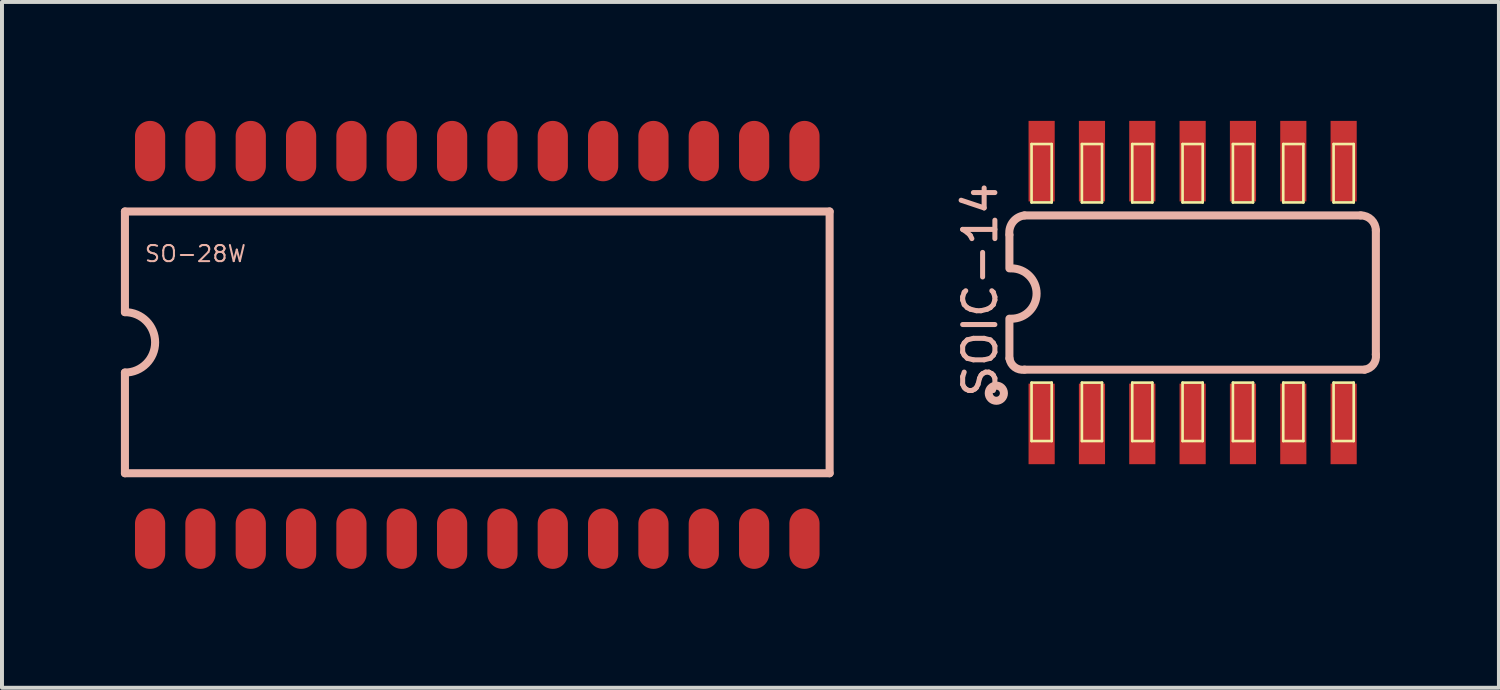
<source format=kicad_pcb>
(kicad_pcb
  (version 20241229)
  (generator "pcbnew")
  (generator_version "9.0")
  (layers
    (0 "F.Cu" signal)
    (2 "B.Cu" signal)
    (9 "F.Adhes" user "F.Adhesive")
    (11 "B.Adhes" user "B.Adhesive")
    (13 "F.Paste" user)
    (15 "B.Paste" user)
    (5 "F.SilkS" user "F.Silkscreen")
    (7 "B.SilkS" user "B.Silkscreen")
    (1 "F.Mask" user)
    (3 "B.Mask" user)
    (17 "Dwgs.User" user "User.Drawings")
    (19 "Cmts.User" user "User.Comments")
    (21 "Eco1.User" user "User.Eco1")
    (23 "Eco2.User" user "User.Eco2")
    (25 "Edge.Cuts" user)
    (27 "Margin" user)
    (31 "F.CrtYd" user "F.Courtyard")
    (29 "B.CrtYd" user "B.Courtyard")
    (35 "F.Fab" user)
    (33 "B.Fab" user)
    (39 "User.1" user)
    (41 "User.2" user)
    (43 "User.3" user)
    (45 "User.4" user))
  (footprint "SOIC-14"
    (layer "F.Cu")
    (at 27.676 4.331)
    (property "Reference" "SOIC-14" (at -5.994 -0.064 90) (layer "B.SilkS") (effects (font (size 0.813 0.813) (thickness 0.127))))
    (attr smd)
    (fp_line (start -4.699 -3.747) (end -4.191 -3.747) (stroke (width 0.066) (type solid)) (layer "F.SilkS"))
    (fp_line (start -4.699 -2.273) (end -4.699 -3.747) (stroke (width 0.066) (type solid)) (layer "F.SilkS"))
    (fp_line (start -4.699 -2.273) (end -4.191 -2.273) (stroke (width 0.066) (type solid)) (layer "F.SilkS"))
    (fp_line (start -4.699 2.273) (end -4.191 2.273) (stroke (width 0.066) (type solid)) (layer "F.SilkS"))
    (fp_line (start -4.699 3.747) (end -4.699 2.273) (stroke (width 0.066) (type solid)) (layer "F.SilkS"))
    (fp_line (start -4.699 3.747) (end -4.191 3.747) (stroke (width 0.066) (type solid)) (layer "F.SilkS"))
    (fp_line (start -4.191 -2.273) (end -4.191 -3.747) (stroke (width 0.066) (type solid)) (layer "F.SilkS"))
    (fp_line (start -4.191 3.747) (end -4.191 2.273) (stroke (width 0.066) (type solid)) (layer "F.SilkS"))
    (fp_line (start -3.429 -3.747) (end -2.921 -3.747) (stroke (width 0.066) (type solid)) (layer "F.SilkS"))
    (fp_line (start -3.429 -2.273) (end -3.429 -3.747) (stroke (width 0.066) (type solid)) (layer "F.SilkS"))
    (fp_line (start -3.429 -2.273) (end -2.921 -2.273) (stroke (width 0.066) (type solid)) (layer "F.SilkS"))
    (fp_line (start -3.429 2.273) (end -2.921 2.273) (stroke (width 0.066) (type solid)) (layer "F.SilkS"))
    (fp_line (start -3.429 3.747) (end -3.429 2.273) (stroke (width 0.066) (type solid)) (layer "F.SilkS"))
    (fp_line (start -3.429 3.747) (end -2.921 3.747) (stroke (width 0.066) (type solid)) (layer "F.SilkS"))
    (fp_line (start -2.921 -2.273) (end -2.921 -3.747) (stroke (width 0.066) (type solid)) (layer "F.SilkS"))
    (fp_line (start -2.921 3.747) (end -2.921 2.273) (stroke (width 0.066) (type solid)) (layer "F.SilkS"))
    (fp_line (start -2.159 -3.747) (end -1.651 -3.747) (stroke (width 0.066) (type solid)) (layer "F.SilkS"))
    (fp_line (start -2.159 -2.273) (end -2.159 -3.747) (stroke (width 0.066) (type solid)) (layer "F.SilkS"))
    (fp_line (start -2.159 -2.273) (end -1.651 -2.273) (stroke (width 0.066) (type solid)) (layer "F.SilkS"))
    (fp_line (start -2.159 2.273) (end -1.651 2.273) (stroke (width 0.066) (type solid)) (layer "F.SilkS"))
    (fp_line (start -2.159 3.747) (end -2.159 2.273) (stroke (width 0.066) (type solid)) (layer "F.SilkS"))
    (fp_line (start -2.159 3.747) (end -1.651 3.747) (stroke (width 0.066) (type solid)) (layer "F.SilkS"))
    (fp_line (start -1.651 -2.273) (end -1.651 -3.747) (stroke (width 0.066) (type solid)) (layer "F.SilkS"))
    (fp_line (start -1.651 3.747) (end -1.651 2.273) (stroke (width 0.066) (type solid)) (layer "F.SilkS"))
    (fp_line (start -0.889 -3.747) (end -0.381 -3.747) (stroke (width 0.066) (type solid)) (layer "F.SilkS"))
    (fp_line (start -0.889 -2.273) (end -0.889 -3.747) (stroke (width 0.066) (type solid)) (layer "F.SilkS"))
    (fp_line (start -0.889 -2.273) (end -0.381 -2.273) (stroke (width 0.066) (type solid)) (layer "F.SilkS"))
    (fp_line (start -0.889 2.273) (end -0.381 2.273) (stroke (width 0.066) (type solid)) (layer "F.SilkS"))
    (fp_line (start -0.889 3.747) (end -0.889 2.273) (stroke (width 0.066) (type solid)) (layer "F.SilkS"))
    (fp_line (start -0.889 3.747) (end -0.381 3.747) (stroke (width 0.066) (type solid)) (layer "F.SilkS"))
    (fp_line (start -0.381 -2.273) (end -0.381 -3.747) (stroke (width 0.066) (type solid)) (layer "F.SilkS"))
    (fp_line (start -0.381 3.747) (end -0.381 2.273) (stroke (width 0.066) (type solid)) (layer "F.SilkS"))
    (fp_line (start 0.381 -3.747) (end 0.889 -3.747) (stroke (width 0.066) (type solid)) (layer "F.SilkS"))
    (fp_line (start 0.381 -2.273) (end 0.381 -3.747) (stroke (width 0.066) (type solid)) (layer "F.SilkS"))
    (fp_line (start 0.381 -2.273) (end 0.889 -2.273) (stroke (width 0.066) (type solid)) (layer "F.SilkS"))
    (fp_line (start 0.381 2.273) (end 0.889 2.273) (stroke (width 0.066) (type solid)) (layer "F.SilkS"))
    (fp_line (start 0.381 3.747) (end 0.381 2.273) (stroke (width 0.066) (type solid)) (layer "F.SilkS"))
    (fp_line (start 0.381 3.747) (end 0.889 3.747) (stroke (width 0.066) (type solid)) (layer "F.SilkS"))
    (fp_line (start 0.889 -2.273) (end 0.889 -3.747) (stroke (width 0.066) (type solid)) (layer "F.SilkS"))
    (fp_line (start 0.889 3.747) (end 0.889 2.273) (stroke (width 0.066) (type solid)) (layer "F.SilkS"))
    (fp_line (start 1.651 -3.747) (end 2.159 -3.747) (stroke (width 0.066) (type solid)) (layer "F.SilkS"))
    (fp_line (start 1.651 -2.273) (end 1.651 -3.747) (stroke (width 0.066) (type solid)) (layer "F.SilkS"))
    (fp_line (start 1.651 -2.273) (end 2.159 -2.273) (stroke (width 0.066) (type solid)) (layer "F.SilkS"))
    (fp_line (start 1.651 2.273) (end 2.159 2.273) (stroke (width 0.066) (type solid)) (layer "F.SilkS"))
    (fp_line (start 1.651 3.747) (end 1.651 2.273) (stroke (width 0.066) (type solid)) (layer "F.SilkS"))
    (fp_line (start 1.651 3.747) (end 2.159 3.747) (stroke (width 0.066) (type solid)) (layer "F.SilkS"))
    (fp_line (start 2.159 -2.273) (end 2.159 -3.747) (stroke (width 0.066) (type solid)) (layer "F.SilkS"))
    (fp_line (start 2.159 3.747) (end 2.159 2.273) (stroke (width 0.066) (type solid)) (layer "F.SilkS"))
    (fp_line (start 2.921 -3.747) (end 3.429 -3.747) (stroke (width 0.066) (type solid)) (layer "F.SilkS"))
    (fp_line (start 2.921 -2.273) (end 2.921 -3.747) (stroke (width 0.066) (type solid)) (layer "F.SilkS"))
    (fp_line (start 2.921 -2.273) (end 3.429 -2.273) (stroke (width 0.066) (type solid)) (layer "F.SilkS"))
    (fp_line (start 2.921 2.273) (end 3.429 2.273) (stroke (width 0.066) (type solid)) (layer "F.SilkS"))
    (fp_line (start 2.921 3.747) (end 2.921 2.273) (stroke (width 0.066) (type solid)) (layer "F.SilkS"))
    (fp_line (start 2.921 3.747) (end 3.429 3.747) (stroke (width 0.066) (type solid)) (layer "F.SilkS"))
    (fp_line (start 3.429 -2.273) (end 3.429 -3.747) (stroke (width 0.066) (type solid)) (layer "F.SilkS"))
    (fp_line (start 3.429 3.747) (end 3.429 2.273) (stroke (width 0.066) (type solid)) (layer "F.SilkS"))
    (fp_line (start -5.258 -1.45) (end -5.258 -0.61) (stroke (width 0.203) (type solid)) (layer "B.SilkS"))
    (fp_line (start -5.258 1.664) (end -5.258 0.66) (stroke (width 0.203) (type solid)) (layer "B.SilkS"))
    (fp_line (start -4.877 1.946) (end 3.706 1.946) (stroke (width 0.203) (type solid)) (layer "B.SilkS"))
    (fp_line (start 3.604 -1.946) (end -4.877 -1.946) (stroke (width 0.203) (type solid)) (layer "B.SilkS"))
    (fp_line (start 3.988 1.565) (end 3.988 -1.565) (stroke (width 0.203) (type solid)) (layer "B.SilkS"))
    (fp_arc (start -5.2578 -1.46304) (mid -5.16725 -1.783248) (end -4.8768 -1.94564) (stroke (width 0.2032) (type solid)) (layer "B.SilkS"))
    (fp_arc (start -5.207 -0.6096) (mid -4.572 0.0254) (end -5.207 0.6604) (stroke (width 0.2032) (type solid)) (layer "B.SilkS"))
    (fp_arc (start -4.8768 1.94564) (mid -5.124422 1.883052) (end -5.25526 1.6637) (stroke (width 0.2032) (type solid)) (layer "B.SilkS"))
    (fp_arc (start 3.60426 -1.94564) (mid 3.874412 -1.835844) (end 3.9878 -1.56718) (stroke (width 0.2032) (type solid)) (layer "B.SilkS"))
    (fp_arc (start 3.9878 1.56464) (mid 3.924468 1.814058) (end 3.70332 1.94564) (stroke (width 0.2032) (type solid)) (layer "B.SilkS"))
    (fp_circle (center -5.588 2.54) (end -5.652 2.603) (stroke (width 0.203) (type solid)) (fill no) (layer "B.SilkS"))
    (pad "1" smd rect (at -4.445 3.315) (size 0.66 2.032) (layers "F.Cu" "F.Mask" "F.Paste"))
    (pad "2" smd rect (at -3.175 3.315) (size 0.66 2.032) (layers "F.Cu" "F.Mask" "F.Paste"))
    (pad "3" smd rect (at -1.905 3.315) (size 0.66 2.032) (layers "F.Cu" "F.Mask" "F.Paste"))
    (pad "4" smd rect (at -0.635 3.315) (size 0.66 2.032) (layers "F.Cu" "F.Mask" "F.Paste"))
    (pad "5" smd rect (at 0.635 3.315) (size 0.66 2.032) (layers "F.Cu" "F.Mask" "F.Paste"))
    (pad "6" smd rect (at 1.905 3.315) (size 0.66 2.032) (layers "F.Cu" "F.Mask" "F.Paste"))
    (pad "7" smd rect (at 3.175 3.315) (size 0.66 2.032) (layers "F.Cu" "F.Mask" "F.Paste"))
    (pad "8" smd rect (at 3.175 -3.315) (size 0.66 2.032) (layers "F.Cu" "F.Mask" "F.Paste"))
    (pad "9" smd rect (at 1.905 -3.315) (size 0.66 2.032) (layers "F.Cu" "F.Mask" "F.Paste"))
    (pad "10" smd rect (at 0.635 -3.315) (size 0.66 2.032) (layers "F.Cu" "F.Mask" "F.Paste"))
    (pad "11" smd rect (at -0.635 -3.315) (size 0.66 2.032) (layers "F.Cu" "F.Mask" "F.Paste"))
    (pad "12" smd rect (at -1.905 -3.315) (size 0.66 2.032) (layers "F.Cu" "F.Mask" "F.Paste"))
    (pad "13" smd rect (at -3.175 -3.315) (size 0.66 2.032) (layers "F.Cu" "F.Mask" "F.Paste"))
    (pad "14" smd rect (at -4.445 -3.315) (size 0.66 2.032) (layers "F.Cu" "F.Mask" "F.Paste")))
  (footprint "SO-28W"
    (layer "F.Cu")
    (at 8.992 5.588)
    (property "Reference" "SO-28W" (at -7.112 -2.235 0) (layer "B.SilkS") (effects (font (size 0.406 0.406) (thickness 0.051))))
    (attr smd)
    (fp_line (start -8.89 -0.762) (end -8.89 -3.302) (stroke (width 0.203) (type solid)) (layer "B.SilkS"))
    (fp_line (start -8.89 0.762) (end -8.89 3.302) (stroke (width 0.203) (type solid)) (layer "B.SilkS"))
    (fp_line (start -8.89 3.302) (end 8.89 3.302) (stroke (width 0.203) (type solid)) (layer "B.SilkS"))
    (fp_line (start 8.89 -3.302) (end -8.89 -3.302) (stroke (width 0.203) (type solid)) (layer "B.SilkS"))
    (fp_line (start 8.89 3.302) (end 8.89 -3.302) (stroke (width 0.203) (type solid)) (layer "B.SilkS"))
    (fp_arc (start -8.89 -0.762) (mid -8.128 0) (end -8.89 0.762) (stroke (width 0.2032) (type solid)) (layer "B.SilkS"))
    (pad "1" smd oval (at -8.255 4.953) (size 0.762 1.524) (layers "F.Cu" "F.Mask" "F.Paste"))
    (pad "2" smd oval (at -6.985 4.953) (size 0.762 1.524) (layers "F.Cu" "F.Mask" "F.Paste"))
    (pad "3" smd oval (at -5.715 4.953) (size 0.762 1.524) (layers "F.Cu" "F.Mask" "F.Paste"))
    (pad "4" smd oval (at -4.445 4.953) (size 0.762 1.524) (layers "F.Cu" "F.Mask" "F.Paste"))
    (pad "5" smd oval (at -3.175 4.953) (size 0.762 1.524) (layers "F.Cu" "F.Mask" "F.Paste"))
    (pad "6" smd oval (at -1.905 4.953) (size 0.762 1.524) (layers "F.Cu" "F.Mask" "F.Paste"))
    (pad "7" smd oval (at -0.635 4.953) (size 0.762 1.524) (layers "F.Cu" "F.Mask" "F.Paste"))
    (pad "8" smd oval (at 0.635 4.953) (size 0.762 1.524) (layers "F.Cu" "F.Mask" "F.Paste"))
    (pad "9" smd oval (at 1.905 4.953) (size 0.762 1.524) (layers "F.Cu" "F.Mask" "F.Paste"))
    (pad "10" smd oval (at 3.175 4.953) (size 0.762 1.524) (layers "F.Cu" "F.Mask" "F.Paste"))
    (pad "11" smd oval (at 4.445 4.953) (size 0.762 1.524) (layers "F.Cu" "F.Mask" "F.Paste"))
    (pad "12" smd oval (at 5.715 4.953) (size 0.762 1.524) (layers "F.Cu" "F.Mask" "F.Paste"))
    (pad "13" smd oval (at 6.985 4.953) (size 0.762 1.524) (layers "F.Cu" "F.Mask" "F.Paste"))
    (pad "14" smd oval (at 8.255 4.953) (size 0.762 1.524) (layers "F.Cu" "F.Mask" "F.Paste"))
    (pad "15" smd oval (at 8.255 -4.826) (size 0.762 1.524) (layers "F.Cu" "F.Mask" "F.Paste"))
    (pad "16" smd oval (at 6.985 -4.826) (size 0.762 1.524) (layers "F.Cu" "F.Mask" "F.Paste"))
    (pad "17" smd oval (at 5.715 -4.826) (size 0.762 1.524) (layers "F.Cu" "F.Mask" "F.Paste"))
    (pad "18" smd oval (at 4.445 -4.826) (size 0.762 1.524) (layers "F.Cu" "F.Mask" "F.Paste"))
    (pad "19" smd oval (at 3.175 -4.826) (size 0.762 1.524) (layers "F.Cu" "F.Mask" "F.Paste"))
    (pad "20" smd oval (at 1.905 -4.826) (size 0.762 1.524) (layers "F.Cu" "F.Mask" "F.Paste"))
    (pad "21" smd oval (at 0.635 -4.826) (size 0.762 1.524) (layers "F.Cu" "F.Mask" "F.Paste"))
    (pad "22" smd oval (at -0.635 -4.826) (size 0.762 1.524) (layers "F.Cu" "F.Mask" "F.Paste"))
    (pad "23" smd oval (at -1.905 -4.826) (size 0.762 1.524) (layers "F.Cu" "F.Mask" "F.Paste"))
    (pad "24" smd oval (at -3.175 -4.826) (size 0.762 1.524) (layers "F.Cu" "F.Mask" "F.Paste"))
    (pad "25" smd oval (at -4.445 -4.826) (size 0.762 1.524) (layers "F.Cu" "F.Mask" "F.Paste"))
    (pad "26" smd oval (at -5.715 -4.826) (size 0.762 1.524) (layers "F.Cu" "F.Mask" "F.Paste"))
    (pad "27" smd oval (at -6.985 -4.826) (size 0.762 1.524) (layers "F.Cu" "F.Mask" "F.Paste"))
    (pad "28" smd oval (at -8.255 -4.826) (size 0.762 1.524) (layers "F.Cu" "F.Mask" "F.Paste")))
  (gr_rect
    (start -3 -3)
    (end 34.769 14.303)
    (stroke (width 0.1) (type default))
    (fill no)
    (layer "Edge.Cuts")))
</source>
